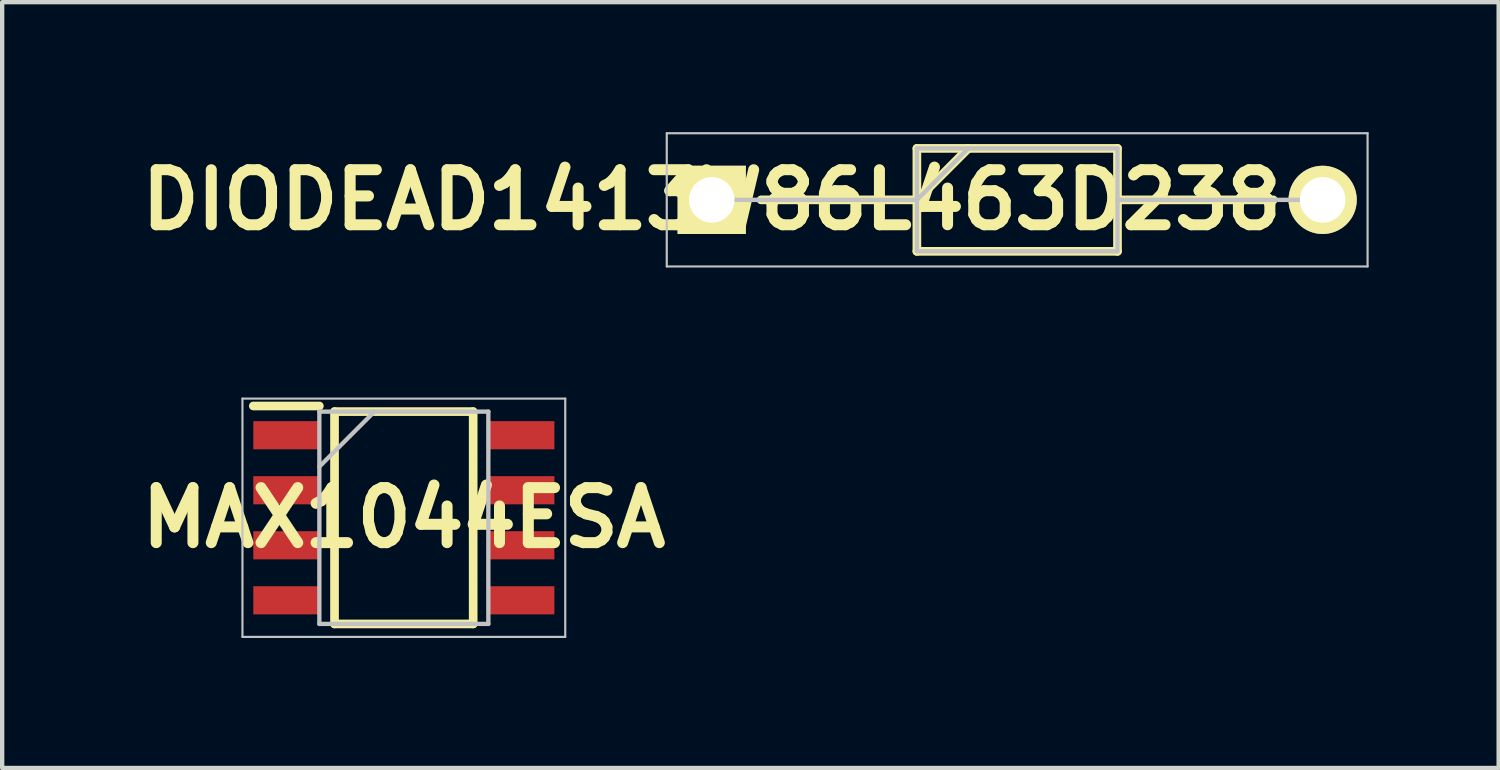
<source format=kicad_pcb>
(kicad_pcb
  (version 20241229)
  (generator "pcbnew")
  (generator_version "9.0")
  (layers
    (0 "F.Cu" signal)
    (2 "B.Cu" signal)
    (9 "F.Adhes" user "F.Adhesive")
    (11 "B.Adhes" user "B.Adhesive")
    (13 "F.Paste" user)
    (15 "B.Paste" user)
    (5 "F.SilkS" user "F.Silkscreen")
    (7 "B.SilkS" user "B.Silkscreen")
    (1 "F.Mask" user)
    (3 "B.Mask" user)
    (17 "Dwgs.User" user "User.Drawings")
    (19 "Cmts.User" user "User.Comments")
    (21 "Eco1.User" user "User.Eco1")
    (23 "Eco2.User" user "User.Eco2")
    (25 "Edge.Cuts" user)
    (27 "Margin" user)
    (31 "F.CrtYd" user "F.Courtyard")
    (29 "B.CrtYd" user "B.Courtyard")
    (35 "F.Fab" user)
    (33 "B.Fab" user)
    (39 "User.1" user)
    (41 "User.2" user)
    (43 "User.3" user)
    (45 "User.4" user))
  (footprint "MAX1044ESA"
    (layer "F.Cu")
    (at 6.271 8.9)
    (property "Reference" "MAX1044ESA" (at 0 0 0) (layer "F.SilkS") (effects (font (size 1.27 1.27) (thickness 0.254))))
    (attr smd)
    (fp_line (start -3.475 -2.58) (end -1.95 -2.58) (stroke (width 0.2) (type solid)) (layer "F.SilkS"))
    (fp_line (start -1.6 -2.45) (end 1.6 -2.45) (stroke (width 0.2) (type solid)) (layer "F.SilkS"))
    (fp_line (start -1.6 2.45) (end -1.6 -2.45) (stroke (width 0.2) (type solid)) (layer "F.SilkS"))
    (fp_line (start 1.6 -2.45) (end 1.6 2.45) (stroke (width 0.2) (type solid)) (layer "F.SilkS"))
    (fp_line (start 1.6 2.45) (end -1.6 2.45) (stroke (width 0.2) (type solid)) (layer "F.SilkS"))
    (fp_line (start -3.725 -2.75) (end 3.725 -2.75) (stroke (width 0.05) (type solid)) (layer "Dwgs.User"))
    (fp_line (start -3.725 2.75) (end -3.725 -2.75) (stroke (width 0.05) (type solid)) (layer "Dwgs.User"))
    (fp_line (start -1.95 -2.45) (end 1.95 -2.45) (stroke (width 0.1) (type solid)) (layer "Dwgs.User"))
    (fp_line (start -1.95 -1.18) (end -0.68 -2.45) (stroke (width 0.1) (type solid)) (layer "Dwgs.User"))
    (fp_line (start -1.95 2.45) (end -1.95 -2.45) (stroke (width 0.1) (type solid)) (layer "Dwgs.User"))
    (fp_line (start 1.95 -2.45) (end 1.95 2.45) (stroke (width 0.1) (type solid)) (layer "Dwgs.User"))
    (fp_line (start 1.95 2.45) (end -1.95 2.45) (stroke (width 0.1) (type solid)) (layer "Dwgs.User"))
    (fp_line (start 3.725 -2.75) (end 3.725 2.75) (stroke (width 0.05) (type solid)) (layer "Dwgs.User"))
    (fp_line (start 3.725 2.75) (end -3.725 2.75) (stroke (width 0.05) (type solid)) (layer "Dwgs.User"))
    (pad "1" smd rect (at -2.712 -1.905 90) (size 0.65 1.525) (layers "F.Cu" "F.Mask" "F.Paste"))
    (pad "2" smd rect (at -2.712 -0.635 90) (size 0.65 1.525) (layers "F.Cu" "F.Mask" "F.Paste"))
    (pad "3" smd rect (at -2.712 0.635 90) (size 0.65 1.525) (layers "F.Cu" "F.Mask" "F.Paste"))
    (pad "4" smd rect (at -2.712 1.905 90) (size 0.65 1.525) (layers "F.Cu" "F.Mask" "F.Paste"))
    (pad "5" smd rect (at 2.712 1.905 90) (size 0.65 1.525) (layers "F.Cu" "F.Mask" "F.Paste"))
    (pad "6" smd rect (at 2.712 0.635 90) (size 0.65 1.525) (layers "F.Cu" "F.Mask" "F.Paste"))
    (pad "7" smd rect (at 2.712 -0.635 90) (size 0.65 1.525) (layers "F.Cu" "F.Mask" "F.Paste"))
    (pad "8" smd rect (at 2.712 -1.905 90) (size 0.65 1.525) (layers "F.Cu" "F.Mask" "F.Paste")))
  (footprint "DIODEAD1413W86L463D238"
    (layer "F.Cu")
    (at 13.377 1.563)
    (property "Reference" "DIODEAD1413W86L463D238" (at 0 0 0) (layer "F.SilkS") (effects (font (size 1.27 1.27) (thickness 0.254))))
    (attr through_hole)
    (fp_line (start 1.138 0) (end 4.735 0) (stroke (width 0.2) (type solid)) (layer "F.SilkS"))
    (fp_line (start 4.735 -1.188) (end 9.365 -1.188) (stroke (width 0.2) (type solid)) (layer "F.SilkS"))
    (fp_line (start 4.735 0) (end 5.922 -1.188) (stroke (width 0.2) (type solid)) (layer "F.SilkS"))
    (fp_line (start 4.735 1.188) (end 4.735 -1.188) (stroke (width 0.2) (type solid)) (layer "F.SilkS"))
    (fp_line (start 9.365 -1.188) (end 9.365 1.188) (stroke (width 0.2) (type solid)) (layer "F.SilkS"))
    (fp_line (start 9.365 0) (end 12.962 0) (stroke (width 0.2) (type solid)) (layer "F.SilkS"))
    (fp_line (start 9.365 1.188) (end 4.735 1.188) (stroke (width 0.2) (type solid)) (layer "F.SilkS"))
    (fp_line (start -1.038 -1.538) (end 15.137 -1.538) (stroke (width 0.05) (type solid)) (layer "Dwgs.User"))
    (fp_line (start -1.038 1.537) (end -1.038 -1.538) (stroke (width 0.05) (type solid)) (layer "Dwgs.User"))
    (fp_line (start 0 0) (end 4.735 0) (stroke (width 0.1) (type solid)) (layer "Dwgs.User"))
    (fp_line (start 4.735 -1.188) (end 9.365 -1.188) (stroke (width 0.1) (type solid)) (layer "Dwgs.User"))
    (fp_line (start 4.735 0) (end 5.923 -1.188) (stroke (width 0.1) (type solid)) (layer "Dwgs.User"))
    (fp_line (start 4.735 1.187) (end 4.735 -1.188) (stroke (width 0.1) (type solid)) (layer "Dwgs.User"))
    (fp_line (start 9.365 -1.188) (end 9.365 1.187) (stroke (width 0.1) (type solid)) (layer "Dwgs.User"))
    (fp_line (start 9.365 0) (end 14.1 0) (stroke (width 0.1) (type solid)) (layer "Dwgs.User"))
    (fp_line (start 9.365 1.187) (end 4.735 1.187) (stroke (width 0.1) (type solid)) (layer "Dwgs.User"))
    (fp_line (start 15.137 -1.538) (end 15.137 1.537) (stroke (width 0.05) (type solid)) (layer "Dwgs.User"))
    (fp_line (start 15.137 1.537) (end -1.038 1.537) (stroke (width 0.05) (type solid)) (layer "Dwgs.User"))
    (pad "1" thru_hole rect (at 0 0 90) (size 1.575 1.575) (drill 1.05) (layers "*.Cu" "*.Mask" "F.SilkS"))
    (pad "2" thru_hole circle (at 14.1 0 90) (size 1.575 1.575) (drill 1.05) (layers "*.Cu" "*.Mask" "F.SilkS")))
  (gr_rect
    (start -3 -3)
    (end 31.539 14.675)
    (stroke (width 0.1) (type default))
    (fill no)
    (layer "Edge.Cuts")))
</source>
